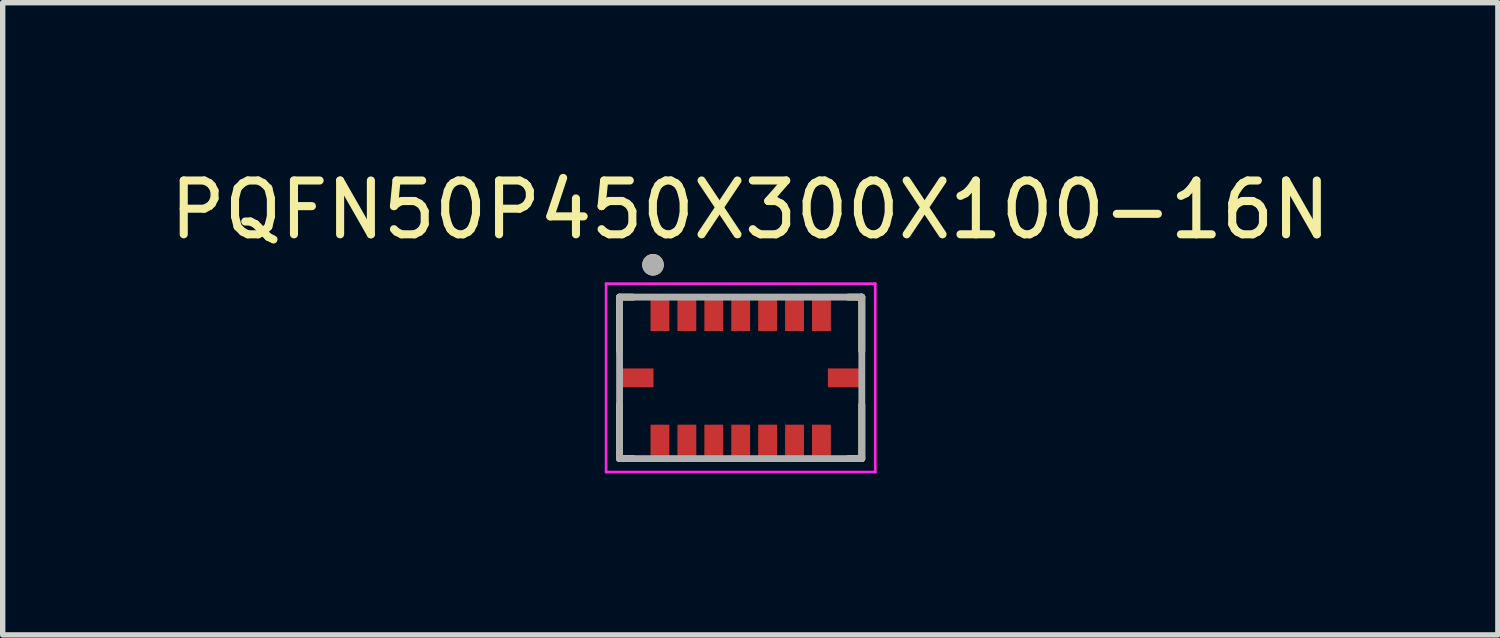
<source format=kicad_pcb>
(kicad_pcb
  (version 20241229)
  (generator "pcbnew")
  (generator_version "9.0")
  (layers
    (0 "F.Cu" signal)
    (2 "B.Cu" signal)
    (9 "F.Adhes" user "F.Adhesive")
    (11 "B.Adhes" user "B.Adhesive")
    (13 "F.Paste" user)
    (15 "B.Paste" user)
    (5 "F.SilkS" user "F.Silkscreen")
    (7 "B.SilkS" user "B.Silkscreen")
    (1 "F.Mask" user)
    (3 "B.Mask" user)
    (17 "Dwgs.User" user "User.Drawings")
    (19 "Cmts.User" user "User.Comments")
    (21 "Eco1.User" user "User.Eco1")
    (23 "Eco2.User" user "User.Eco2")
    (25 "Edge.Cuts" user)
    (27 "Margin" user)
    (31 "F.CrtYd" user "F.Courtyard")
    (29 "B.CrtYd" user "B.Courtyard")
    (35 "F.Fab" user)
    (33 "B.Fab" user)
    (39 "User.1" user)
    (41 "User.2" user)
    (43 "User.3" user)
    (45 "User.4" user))
  (footprint "PQFN50P450X300X100-16N"
    (layer "F.Cu")
    (at 10.709 3.969)
    (property "Reference" "PQFN50P450X300X100-16N" (at 0.178 -3.121 0) (layer "F.SilkS") (effects (font (size 1 1) (thickness 0.15))))
    (attr smd)
    (fp_line (start -2.25 -1.5) (end -2 -1.5) (stroke (width 0.127) (type solid)) (layer "F.SilkS"))
    (fp_line (start -2.25 -0.5) (end -2.25 -1.5) (stroke (width 0.127) (type solid)) (layer "F.SilkS"))
    (fp_line (start -2.25 1.5) (end -2.25 0.5) (stroke (width 0.127) (type solid)) (layer "F.SilkS"))
    (fp_line (start -2 1.5) (end -2.25 1.5) (stroke (width 0.127) (type solid)) (layer "F.SilkS"))
    (fp_line (start 2.25 -1.5) (end 2 -1.5) (stroke (width 0.127) (type solid)) (layer "F.SilkS"))
    (fp_line (start 2.25 -0.5) (end 2.25 -1.5) (stroke (width 0.127) (type solid)) (layer "F.SilkS"))
    (fp_line (start 2.25 0.5) (end 2.25 1.5) (stroke (width 0.127) (type solid)) (layer "F.SilkS"))
    (fp_line (start 2.25 1.5) (end 2 1.5) (stroke (width 0.127) (type solid)) (layer "F.SilkS"))
    (fp_circle (center -1.629 -2.1) (end -1.529 -2.1) (stroke (width 0.2) (type solid)) (fill no) (layer "F.SilkS"))
    (fp_line (start -2.5 -1.75) (end 2.5 -1.75) (stroke (width 0.05) (type solid)) (layer "F.CrtYd"))
    (fp_line (start -2.5 1.75) (end -2.5 -1.75) (stroke (width 0.05) (type solid)) (layer "F.CrtYd"))
    (fp_line (start 2.5 -1.75) (end 2.5 1.75) (stroke (width 0.05) (type solid)) (layer "F.CrtYd"))
    (fp_line (start 2.5 1.75) (end -2.5 1.75) (stroke (width 0.05) (type solid)) (layer "F.CrtYd"))
    (fp_line (start -2.25 -1.5) (end 2.25 -1.5) (stroke (width 0.127) (type solid)) (layer "F.Fab"))
    (fp_line (start -2.25 1.5) (end -2.25 -1.5) (stroke (width 0.127) (type solid)) (layer "F.Fab"))
    (fp_line (start 2.25 -1.5) (end 2.25 1.5) (stroke (width 0.127) (type solid)) (layer "F.Fab"))
    (fp_line (start 2.25 1.5) (end -2.25 1.5) (stroke (width 0.127) (type solid)) (layer "F.Fab"))
    (fp_circle (center -1.629 -2.1) (end -1.529 -2.1) (stroke (width 0.2) (type solid)) (fill no) (layer "F.Fab"))
    (pad "1" smd rect (at -1.5 -1.165) (size 0.35 0.59) (layers "F.Cu" "F.Mask" "F.Paste"))
    (pad "2" smd rect (at -1 -1.165) (size 0.35 0.59) (layers "F.Cu" "F.Mask" "F.Paste"))
    (pad "3" smd rect (at -0.5 -1.165) (size 0.35 0.59) (layers "F.Cu" "F.Mask" "F.Paste"))
    (pad "4" smd rect (at 0 -1.165) (size 0.35 0.59) (layers "F.Cu" "F.Mask" "F.Paste"))
    (pad "5" smd rect (at 0.5 -1.165) (size 0.35 0.59) (layers "F.Cu" "F.Mask" "F.Paste"))
    (pad "6" smd rect (at 1 -1.165) (size 0.35 0.59) (layers "F.Cu" "F.Mask" "F.Paste"))
    (pad "7" smd rect (at 1.5 -1.165) (size 0.35 0.59) (layers "F.Cu" "F.Mask" "F.Paste"))
    (pad "8" smd rect (at 1.915 0) (size 0.59 0.35) (layers "F.Cu" "F.Mask" "F.Paste"))
    (pad "9" smd rect (at 1.5 1.165) (size 0.35 0.59) (layers "F.Cu" "F.Mask" "F.Paste"))
    (pad "10" smd rect (at 1 1.165) (size 0.35 0.59) (layers "F.Cu" "F.Mask" "F.Paste"))
    (pad "11" smd rect (at 0.5 1.165) (size 0.35 0.59) (layers "F.Cu" "F.Mask" "F.Paste"))
    (pad "12" smd rect (at 0 1.165) (size 0.35 0.59) (layers "F.Cu" "F.Mask" "F.Paste"))
    (pad "13" smd rect (at -0.5 1.165) (size 0.35 0.59) (layers "F.Cu" "F.Mask" "F.Paste"))
    (pad "14" smd rect (at -1 1.165) (size 0.35 0.59) (layers "F.Cu" "F.Mask" "F.Paste"))
    (pad "15" smd rect (at -1.5 1.165) (size 0.35 0.59) (layers "F.Cu" "F.Mask" "F.Paste"))
    (pad "16" smd rect (at -1.915 0) (size 0.59 0.35) (layers "F.Cu" "F.Mask" "F.Paste")))
  (gr_rect
    (start -3 -3)
    (end 24.774 8.744)
    (stroke (width 0.1) (type default))
    (fill no)
    (layer "Edge.Cuts")))
</source>
